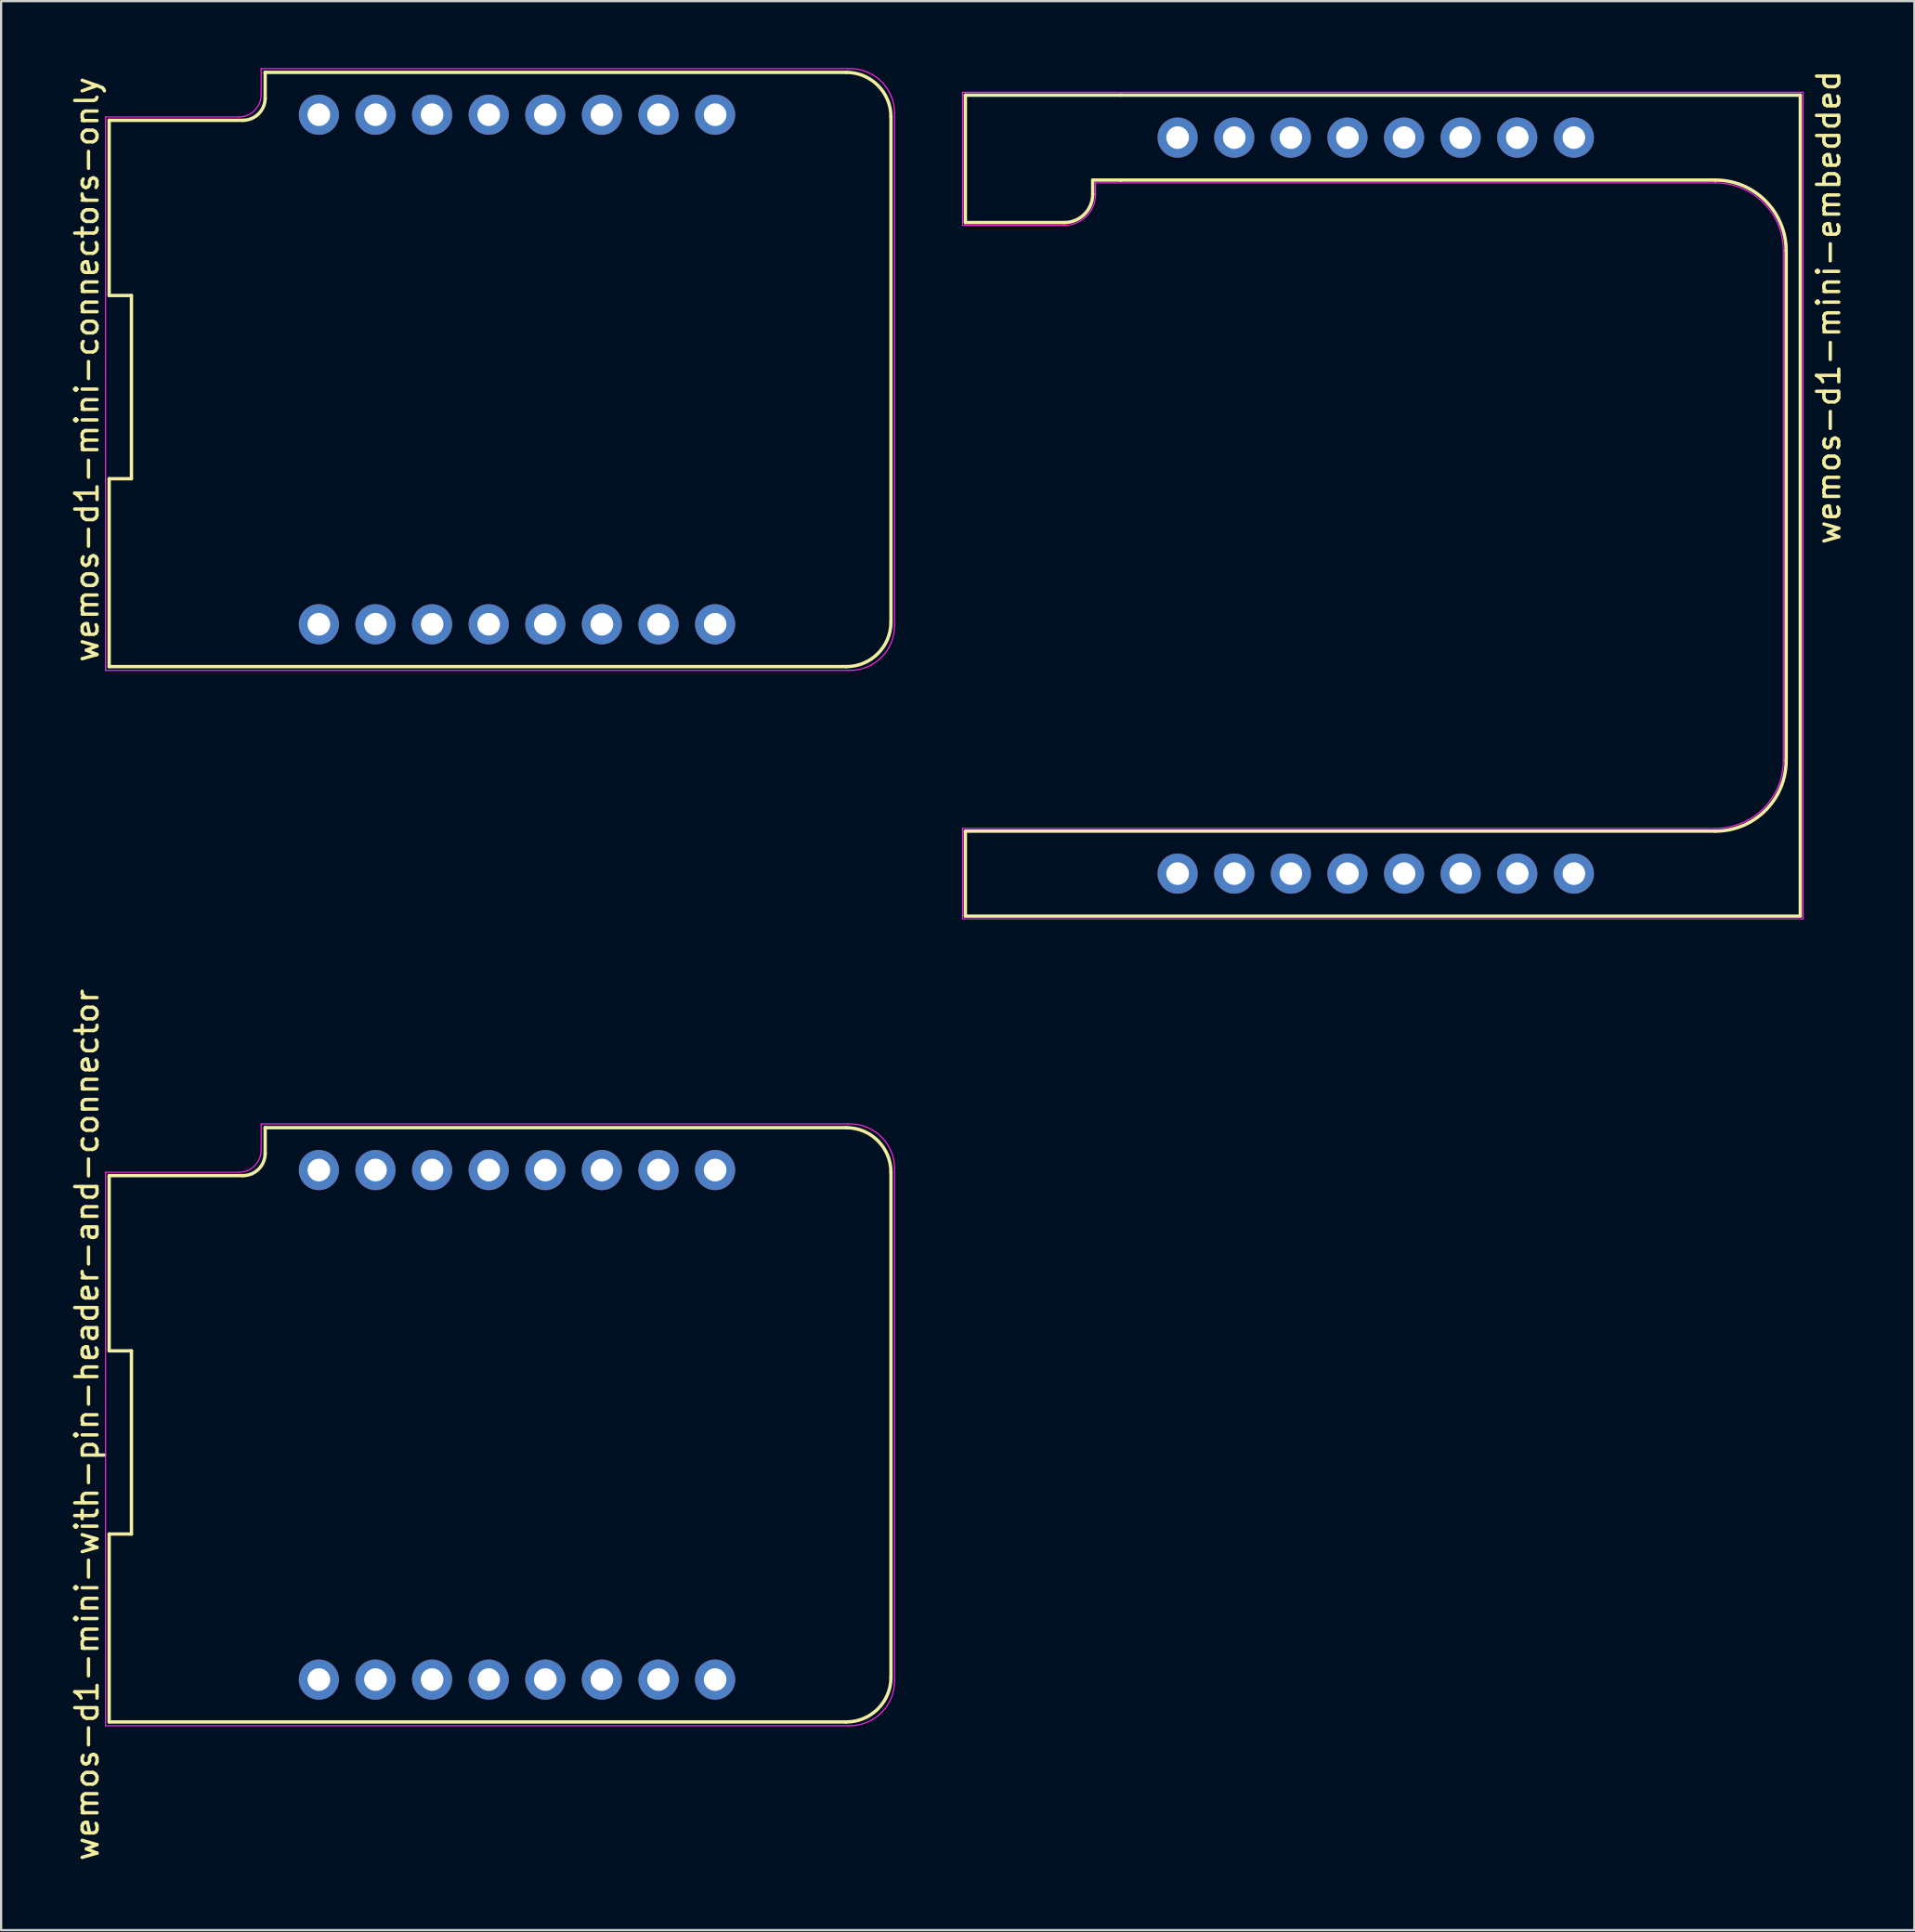
<source format=kicad_pcb>
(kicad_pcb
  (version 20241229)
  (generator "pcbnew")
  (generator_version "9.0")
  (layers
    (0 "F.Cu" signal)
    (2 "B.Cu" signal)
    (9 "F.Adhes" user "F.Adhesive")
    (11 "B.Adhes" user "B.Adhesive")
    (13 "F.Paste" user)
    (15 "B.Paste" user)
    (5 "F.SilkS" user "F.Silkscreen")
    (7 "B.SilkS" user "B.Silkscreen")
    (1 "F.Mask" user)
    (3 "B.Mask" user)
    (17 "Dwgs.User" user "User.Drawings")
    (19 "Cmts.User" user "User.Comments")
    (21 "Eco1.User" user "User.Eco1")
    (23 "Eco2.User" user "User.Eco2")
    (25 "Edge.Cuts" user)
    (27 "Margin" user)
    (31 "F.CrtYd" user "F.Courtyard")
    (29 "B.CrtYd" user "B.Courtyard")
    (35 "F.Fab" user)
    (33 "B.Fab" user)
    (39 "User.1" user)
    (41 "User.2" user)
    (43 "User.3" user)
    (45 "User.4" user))
  (footprint "wemos-d1-mini-embedded"
    (layer "F.Cu")
    (at 58.682 19.634)
    (property "Reference" "wemos-d1-mini-embedded" (at 20.32 -8.89 90) (layer "F.SilkS") (effects (font (size 1 1) (thickness 0.15))))
    (attr through_hole)
    (fp_line (start -18.415 -18.415) (end -18.415 -12.7) (stroke (width 0.15) (type solid)) (layer "F.SilkS"))
    (fp_line (start -18.415 -12.7) (end -13.97 -12.7) (stroke (width 0.15) (type solid)) (layer "F.SilkS"))
    (fp_line (start -18.415 14.605) (end -18.415 18.415) (stroke (width 0.15) (type solid)) (layer "F.SilkS"))
    (fp_line (start -18.415 18.415) (end 19.05 18.415) (stroke (width 0.15) (type solid)) (layer "F.SilkS"))
    (fp_line (start -12.7 -14.605) (end -11.43 -14.605) (stroke (width 0.15) (type solid)) (layer "F.SilkS"))
    (fp_line (start -12.7 -13.97) (end -12.7 -14.605) (stroke (width 0.15) (type solid)) (layer "F.SilkS"))
    (fp_line (start -11.43 -18.415) (end -18.415 -18.415) (stroke (width 0.15) (type solid)) (layer "F.SilkS"))
    (fp_line (start -11.43 -14.605) (end -11.43 -14.605) (stroke (width 0.15) (type solid)) (layer "F.SilkS"))
    (fp_line (start -11.43 -14.605) (end 15.24 -14.605) (stroke (width 0.15) (type solid)) (layer "F.SilkS"))
    (fp_line (start 15.24 14.605) (end -18.415 14.605) (stroke (width 0.15) (type solid)) (layer "F.SilkS"))
    (fp_line (start 18.415 -11.43) (end 18.415 11.43) (stroke (width 0.15) (type solid)) (layer "F.SilkS"))
    (fp_line (start 19.05 -18.415) (end -11.43 -18.415) (stroke (width 0.15) (type solid)) (layer "F.SilkS"))
    (fp_line (start 19.05 18.415) (end 19.05 -18.415) (stroke (width 0.15) (type solid)) (layer "F.SilkS"))
    (fp_arc (start -12.7 -13.97) (mid -13.071974 -13.071974) (end -13.97 -12.7) (stroke (width 0.15) (type solid)) (layer "F.SilkS"))
    (fp_arc (start 15.24 -14.605) (mid 17.485064 -13.675064) (end 18.415 -11.43) (stroke (width 0.15) (type solid)) (layer "F.SilkS"))
    (fp_arc (start 18.415 11.43) (mid 17.485064 13.675064) (end 15.24 14.605) (stroke (width 0.15) (type solid)) (layer "F.SilkS"))
    (fp_line (start -18.542 -18.542) (end 19.177 -18.542) (stroke (width 0.05) (type solid)) (layer "F.CrtYd"))
    (fp_line (start -18.542 -12.573) (end -18.542 -18.542) (stroke (width 0.05) (type solid)) (layer "F.CrtYd"))
    (fp_line (start -18.542 14.478) (end 15.24 14.478) (stroke (width 0.05) (type solid)) (layer "F.CrtYd"))
    (fp_line (start -18.542 18.542) (end -18.542 14.478) (stroke (width 0.05) (type solid)) (layer "F.CrtYd"))
    (fp_line (start -13.843 -12.573) (end -18.542 -12.573) (stroke (width 0.05) (type solid)) (layer "F.CrtYd"))
    (fp_line (start -12.573 -14.478) (end -12.573 -13.97) (stroke (width 0.05) (type solid)) (layer "F.CrtYd"))
    (fp_line (start 15.24 -14.478) (end -12.573 -14.478) (stroke (width 0.05) (type solid)) (layer "F.CrtYd"))
    (fp_line (start 18.288 11.43) (end 18.288 -11.43) (stroke (width 0.05) (type solid)) (layer "F.CrtYd"))
    (fp_line (start 19.177 -18.542) (end 19.177 18.542) (stroke (width 0.05) (type solid)) (layer "F.CrtYd"))
    (fp_line (start 19.177 18.542) (end -18.542 18.542) (stroke (width 0.05) (type solid)) (layer "F.CrtYd"))
    (fp_arc (start -12.573 -13.97) (mid -12.934277 -13.03251) (end -13.83125 -12.579907) (stroke (width 0.05) (type solid)) (layer "F.CrtYd"))
    (fp_arc (start 15.24 -14.478) (mid 17.395261 -13.585261) (end 18.288 -11.43) (stroke (width 0.05) (type solid)) (layer "F.CrtYd"))
    (fp_arc (start 18.288 11.43) (mid 17.395261 13.585261) (end 15.24 14.478) (stroke (width 0.05) (type solid)) (layer "F.CrtYd"))
    (pad "1" thru_hole circle (at 8.89 -16.51) (size 1.8 1.8) (drill 1.016) (layers "*.Cu" "*.Mask"))
    (pad "2" thru_hole circle (at 6.35 -16.51) (size 1.8 1.8) (drill 1.016) (layers "*.Cu" "*.Mask"))
    (pad "3" thru_hole circle (at 3.81 -16.51) (size 1.8 1.8) (drill 1.016) (layers "*.Cu" "*.Mask"))
    (pad "4" thru_hole circle (at 1.27 -16.51) (size 1.8 1.8) (drill 1.016) (layers "*.Cu" "*.Mask"))
    (pad "5" thru_hole circle (at -1.27 -16.51) (size 1.8 1.8) (drill 1.016) (layers "*.Cu" "*.Mask"))
    (pad "6" thru_hole circle (at -3.81 -16.51) (size 1.8 1.8) (drill 1.016) (layers "*.Cu" "*.Mask"))
    (pad "7" thru_hole circle (at -6.35 -16.51) (size 1.8 1.8) (drill 1.016) (layers "*.Cu" "*.Mask"))
    (pad "8" thru_hole circle (at -8.89 -16.51) (size 1.8 1.8) (drill 1.016) (layers "*.Cu" "*.Mask"))
    (pad "9" thru_hole circle (at -8.89 16.51) (size 1.8 1.8) (drill 1.016) (layers "*.Cu" "*.Mask"))
    (pad "10" thru_hole circle (at -6.35 16.51) (size 1.8 1.8) (drill 1.016) (layers "*.Cu" "*.Mask"))
    (pad "11" thru_hole circle (at -3.81 16.51) (size 1.8 1.8) (drill 1.016) (layers "*.Cu" "*.Mask"))
    (pad "12" thru_hole circle (at -1.27 16.51) (size 1.8 1.8) (drill 1.016) (layers "*.Cu" "*.Mask"))
    (pad "13" thru_hole circle (at 1.27 16.51) (size 1.8 1.8) (drill 1.016) (layers "*.Cu" "*.Mask"))
    (pad "14" thru_hole circle (at 3.81 16.51) (size 1.8 1.8) (drill 1.016) (layers "*.Cu" "*.Mask"))
    (pad "15" thru_hole circle (at 6.35 16.51) (size 1.8 1.8) (drill 1.016) (layers "*.Cu" "*.Mask"))
    (pad "16" thru_hole circle (at 8.89 16.51) (size 1.8 1.8) (drill 1.016) (layers "*.Cu" "*.Mask")))
  (footprint "wemos-d1-mini-with-pin-header-and-connector"
    (layer "F.Cu")
    (at 20.148 60.874)
    (property "Reference" "wemos-d1-mini-with-pin-header-and-connector" (at -19.3 0 90) (layer "F.SilkS") (effects (font (size 1 1) (thickness 0.15))))
    (attr through_hole)
    (fp_line (start -18.3 -11.18) (end -18.3 -3.32) (stroke (width 0.15) (type solid)) (layer "F.SilkS"))
    (fp_line (start -18.3 -11.18) (end -12.3 -11.18) (stroke (width 0.15) (type solid)) (layer "F.SilkS"))
    (fp_line (start -18.3 -3.32) (end -17.3 -3.32) (stroke (width 0.15) (type solid)) (layer "F.SilkS"))
    (fp_line (start -18.3 4.9) (end -18.3 13.33) (stroke (width 0.15) (type solid)) (layer "F.SilkS"))
    (fp_line (start -18.3 13.33) (end 14.78 13.33) (stroke (width 0.15) (type solid)) (layer "F.SilkS"))
    (fp_line (start -17.3 -3.32) (end -17.3 4.9) (stroke (width 0.15) (type solid)) (layer "F.SilkS"))
    (fp_line (start -17.3 4.9) (end -18.3 4.9) (stroke (width 0.15) (type solid)) (layer "F.SilkS"))
    (fp_line (start -11.3 -13.33) (end -11.3 -13.33) (stroke (width 0.15) (type solid)) (layer "F.SilkS"))
    (fp_line (start -11.3 -12.17) (end -11.3 -13.33) (stroke (width 0.15) (type solid)) (layer "F.SilkS"))
    (fp_line (start 14.78 -13.33) (end -11.3 -13.33) (stroke (width 0.15) (type solid)) (layer "F.SilkS"))
    (fp_line (start 16.78 11.33) (end 16.78 -11.33) (stroke (width 0.15) (type solid)) (layer "F.SilkS"))
    (fp_arc (start -11.3 -12.18) (mid -11.592893 -11.472893) (end -12.3 -11.18) (stroke (width 0.15) (type solid)) (layer "F.SilkS"))
    (fp_arc (start 14.78 -13.33) (mid 16.194214 -12.744214) (end 16.78 -11.33) (stroke (width 0.15) (type solid)) (layer "F.SilkS"))
    (fp_arc (start 16.78 11.33) (mid 16.194214 12.744214) (end 14.78 13.33) (stroke (width 0.15) (type solid)) (layer "F.SilkS"))
    (fp_line (start -18.46 -11.33) (end -12.48 -11.33) (stroke (width 0.05) (type solid)) (layer "F.CrtYd"))
    (fp_line (start -18.46 13.5) (end -18.46 -11.33) (stroke (width 0.05) (type solid)) (layer "F.CrtYd"))
    (fp_line (start -11.48 -13.5) (end -11.48 -12.33) (stroke (width 0.05) (type solid)) (layer "F.CrtYd"))
    (fp_line (start -11.48 -13.5) (end 14.85 -13.5) (stroke (width 0.05) (type solid)) (layer "F.CrtYd"))
    (fp_line (start 14.94 13.5) (end -18.46 13.5) (stroke (width 0.05) (type solid)) (layer "F.CrtYd"))
    (fp_line (start 16.94 -11.5) (end 16.94 11.5) (stroke (width 0.05) (type solid)) (layer "F.CrtYd"))
    (fp_arc (start -11.48 -12.33) (mid -11.772893 -11.622893) (end -12.48 -11.33) (stroke (width 0.05) (type solid)) (layer "F.CrtYd"))
    (fp_arc (start 14.85 -13.5) (mid 16.323459 -12.947115) (end 16.942024 -11.5) (stroke (width 0.05) (type solid)) (layer "F.CrtYd"))
    (fp_arc (start 16.94 11.5) (mid 16.354214 12.914214) (end 14.94 13.5) (stroke (width 0.05) (type solid)) (layer "F.CrtYd"))
    (pad "1" thru_hole circle (at 8.89 -11.43) (size 1.8 1.8) (drill 1.016) (layers "*.Cu" "*.Mask"))
    (pad "2" thru_hole circle (at 6.35 -11.43) (size 1.8 1.8) (drill 1.016) (layers "*.Cu" "*.Mask"))
    (pad "3" thru_hole circle (at 3.81 -11.43) (size 1.8 1.8) (drill 1.016) (layers "*.Cu" "*.Mask"))
    (pad "4" thru_hole circle (at 1.27 -11.43) (size 1.8 1.8) (drill 1.016) (layers "*.Cu" "*.Mask"))
    (pad "5" thru_hole circle (at -1.27 -11.43) (size 1.8 1.8) (drill 1.016) (layers "*.Cu" "*.Mask"))
    (pad "6" thru_hole circle (at -3.81 -11.43 90) (size 1.8 1.8) (drill 1.016) (layers "*.Cu" "*.Mask"))
    (pad "7" thru_hole circle (at -6.35 -11.43) (size 1.8 1.8) (drill 1.016) (layers "*.Cu" "*.Mask"))
    (pad "8" thru_hole circle (at -8.89 -11.43) (size 1.8 1.8) (drill 1.016) (layers "*.Cu" "*.Mask"))
    (pad "9" thru_hole circle (at -8.89 11.43) (size 1.8 1.8) (drill 1.016) (layers "*.Cu" "*.Mask"))
    (pad "10" thru_hole circle (at -6.35 11.43) (size 1.8 1.8) (drill 1.016) (layers "*.Cu" "*.Mask"))
    (pad "11" thru_hole circle (at -3.81 11.43) (size 1.8 1.8) (drill 1.016) (layers "*.Cu" "*.Mask"))
    (pad "12" thru_hole circle (at -1.27 11.43) (size 1.8 1.8) (drill 1.016) (layers "*.Cu" "*.Mask"))
    (pad "13" thru_hole circle (at 1.27 11.43) (size 1.8 1.8) (drill 1.016) (layers "*.Cu" "*.Mask"))
    (pad "14" thru_hole circle (at 3.81 11.43) (size 1.8 1.8) (drill 1.016) (layers "*.Cu" "*.Mask"))
    (pad "15" thru_hole circle (at 6.35 11.43) (size 1.8 1.8) (drill 1.016) (layers "*.Cu" "*.Mask"))
    (pad "16" thru_hole circle (at 8.89 11.43) (size 1.8 1.8) (drill 1.016) (layers "*.Cu" "*.Mask")))
  (footprint "wemos-d1-mini-connectors-only"
    (layer "F.Cu")
    (at 20.148 13.527)
    (property "Reference" "wemos-d1-mini-connectors-only" (at -19.3 0 90) (layer "F.SilkS") (effects (font (size 1 1) (thickness 0.15))))
    (attr through_hole)
    (fp_line (start -18.3 -11.18) (end -18.3 -3.32) (stroke (width 0.15) (type solid)) (layer "F.SilkS"))
    (fp_line (start -18.3 -11.18) (end -12.3 -11.18) (stroke (width 0.15) (type solid)) (layer "F.SilkS"))
    (fp_line (start -18.3 -3.32) (end -17.3 -3.32) (stroke (width 0.15) (type solid)) (layer "F.SilkS"))
    (fp_line (start -18.3 4.9) (end -18.3 13.33) (stroke (width 0.15) (type solid)) (layer "F.SilkS"))
    (fp_line (start -18.3 13.33) (end 14.78 13.33) (stroke (width 0.15) (type solid)) (layer "F.SilkS"))
    (fp_line (start -17.3 -3.32) (end -17.3 4.9) (stroke (width 0.15) (type solid)) (layer "F.SilkS"))
    (fp_line (start -17.3 4.9) (end -18.3 4.9) (stroke (width 0.15) (type solid)) (layer "F.SilkS"))
    (fp_line (start -11.3 -13.33) (end -11.3 -13.33) (stroke (width 0.15) (type solid)) (layer "F.SilkS"))
    (fp_line (start -11.3 -12.17) (end -11.3 -13.33) (stroke (width 0.15) (type solid)) (layer "F.SilkS"))
    (fp_line (start 14.78 -13.33) (end -11.3 -13.33) (stroke (width 0.15) (type solid)) (layer "F.SilkS"))
    (fp_line (start 16.78 11.33) (end 16.78 -11.33) (stroke (width 0.15) (type solid)) (layer "F.SilkS"))
    (fp_arc (start -11.3 -12.18) (mid -11.592893 -11.472893) (end -12.3 -11.18) (stroke (width 0.15) (type solid)) (layer "F.SilkS"))
    (fp_arc (start 14.78 -13.33) (mid 16.194214 -12.744214) (end 16.78 -11.33) (stroke (width 0.15) (type solid)) (layer "F.SilkS"))
    (fp_arc (start 16.78 11.33) (mid 16.194214 12.744214) (end 14.78 13.33) (stroke (width 0.15) (type solid)) (layer "F.SilkS"))
    (fp_line (start -18.46 -11.33) (end -12.48 -11.33) (stroke (width 0.05) (type solid)) (layer "F.CrtYd"))
    (fp_line (start -18.46 13.5) (end -18.46 -11.33) (stroke (width 0.05) (type solid)) (layer "F.CrtYd"))
    (fp_line (start -11.48 -13.5) (end -11.48 -12.33) (stroke (width 0.05) (type solid)) (layer "F.CrtYd"))
    (fp_line (start -11.48 -13.5) (end 14.85 -13.5) (stroke (width 0.05) (type solid)) (layer "F.CrtYd"))
    (fp_line (start 14.94 13.5) (end -18.46 13.5) (stroke (width 0.05) (type solid)) (layer "F.CrtYd"))
    (fp_line (start 16.94 -11.5) (end 16.94 11.5) (stroke (width 0.05) (type solid)) (layer "F.CrtYd"))
    (fp_arc (start -11.48 -12.33) (mid -11.772893 -11.622893) (end -12.48 -11.33) (stroke (width 0.05) (type solid)) (layer "F.CrtYd"))
    (fp_arc (start 14.85 -13.5) (mid 16.323459 -12.947115) (end 16.942024 -11.5) (stroke (width 0.05) (type solid)) (layer "F.CrtYd"))
    (fp_arc (start 16.94 11.5) (mid 16.354214 12.914214) (end 14.94 13.5) (stroke (width 0.05) (type solid)) (layer "F.CrtYd"))
    (pad "1" thru_hole circle (at 8.89 -11.43) (size 1.8 1.8) (drill 1.016) (layers "*.Cu" "*.Mask"))
    (pad "2" thru_hole circle (at 6.35 -11.43) (size 1.8 1.8) (drill 1.016) (layers "*.Cu" "*.Mask"))
    (pad "3" thru_hole circle (at 3.81 -11.43) (size 1.8 1.8) (drill 1.016) (layers "*.Cu" "*.Mask"))
    (pad "4" thru_hole circle (at 1.27 -11.43) (size 1.8 1.8) (drill 1.016) (layers "*.Cu" "*.Mask"))
    (pad "5" thru_hole circle (at -1.27 -11.43) (size 1.8 1.8) (drill 1.016) (layers "*.Cu" "*.Mask"))
    (pad "6" thru_hole circle (at -3.81 -11.43) (size 1.8 1.8) (drill 1.016) (layers "*.Cu" "*.Mask"))
    (pad "7" thru_hole circle (at -6.35 -11.43) (size 1.8 1.8) (drill 1.016) (layers "*.Cu" "*.Mask"))
    (pad "8" thru_hole circle (at -8.89 -11.43) (size 1.8 1.8) (drill 1.016) (layers "*.Cu" "*.Mask"))
    (pad "9" thru_hole circle (at -8.89 11.43) (size 1.8 1.8) (drill 1.016) (layers "*.Cu" "*.Mask"))
    (pad "10" thru_hole circle (at -6.35 11.43) (size 1.8 1.8) (drill 1.016) (layers "*.Cu" "*.Mask"))
    (pad "11" thru_hole circle (at -3.81 11.43) (size 1.8 1.8) (drill 1.016) (layers "*.Cu" "*.Mask"))
    (pad "12" thru_hole circle (at -1.27 11.43) (size 1.8 1.8) (drill 1.016) (layers "*.Cu" "*.Mask"))
    (pad "13" thru_hole circle (at 1.27 11.43) (size 1.8 1.8) (drill 1.016) (layers "*.Cu" "*.Mask"))
    (pad "14" thru_hole circle (at 3.81 11.43) (size 1.8 1.8) (drill 1.016) (layers "*.Cu" "*.Mask"))
    (pad "15" thru_hole circle (at 6.35 11.43) (size 1.8 1.8) (drill 1.016) (layers "*.Cu" "*.Mask"))
    (pad "16" thru_hole circle (at 8.89 11.43) (size 1.8 1.8) (drill 1.016) (layers "*.Cu" "*.Mask")))
  (gr_rect
    (start -3 -3)
    (end 82.851 83.546)
    (stroke (width 0.1) (type default))
    (fill no)
    (layer "Edge.Cuts")))
</source>
